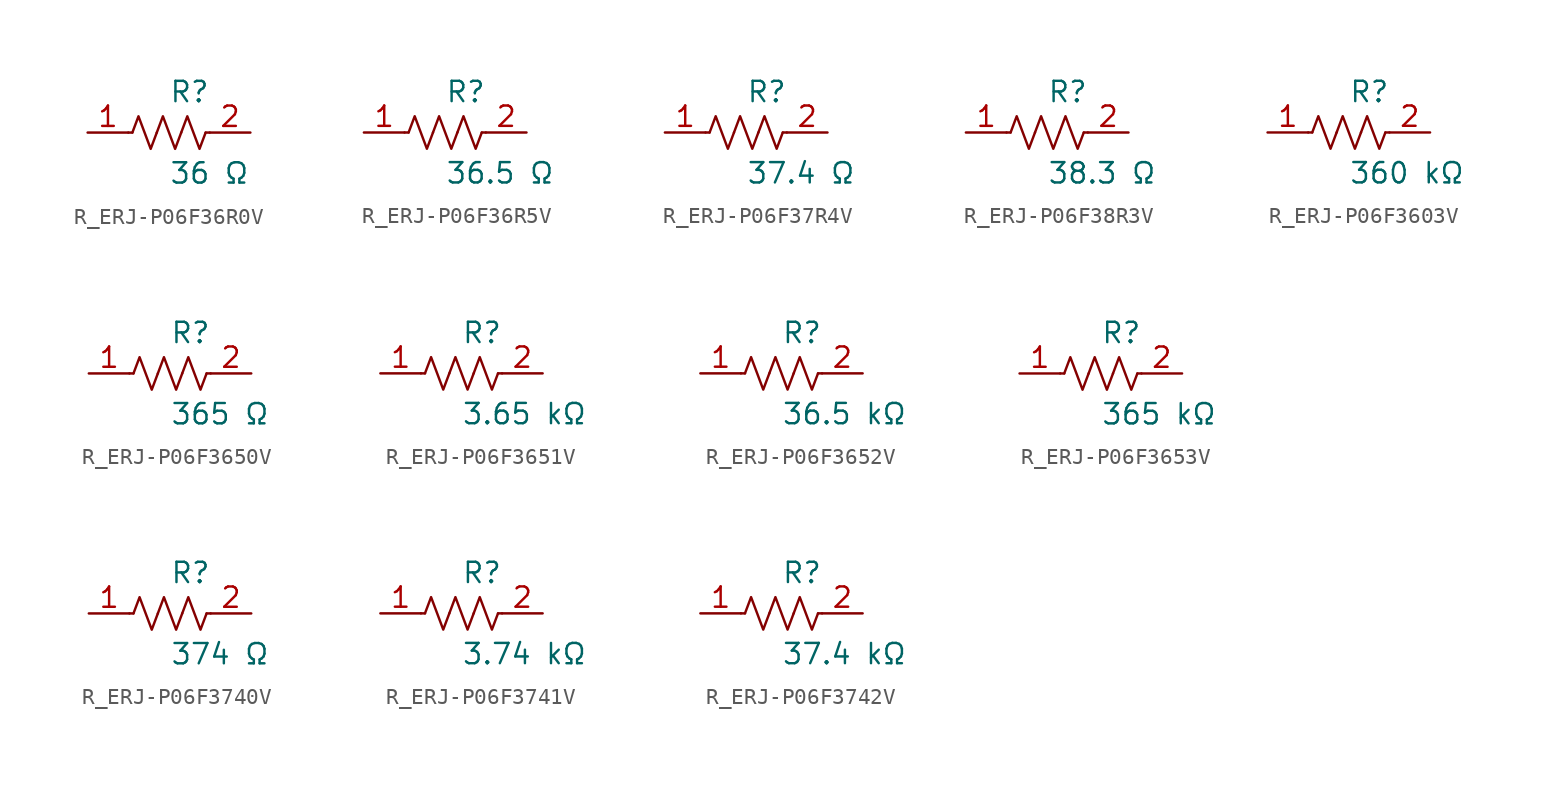
<source format=kicad_sym>
(kicad_symbol_lib
  (version 20231120)
  (generator kicad_symbol_editor)
  (generator_version 8.0)
  (symbol "R_ERJ-P06F36R0V"
    (pin_names
      (offset 0.254))
    (property "Reference" "R"
      (at 0.0 2.54 0)
      (effects (font (size 1.27 1.27)) (justify left)))
    (property "Value" "36 Ω"
      (at 0.0 -2.54 0)
      (effects (font (size 1.27 1.27)) (justify left)))
    (symbol "R_ERJ-P06F36R0V_0_1"
      (polyline (pts (xy 2.286 0) (xy 2.54 0)) (stroke (width 0) (type default)) (fill (type none)))
      (polyline (pts (xy -2.286 0) (xy -2.54 0)) (stroke (width 0) (type default)) (fill (type none)))
      (polyline (pts (xy 0.762 0) (xy 1.143 1.016) (xy 1.524 0) (xy 1.905 -1.016) (xy 2.286 0)) (stroke (width 0) (type default)) (fill (type none)))
      (polyline (pts (xy -0.762 0) (xy -0.381 1.016) (xy 0 0) (xy 0.381 -1.016) (xy 0.762 0)) (stroke (width 0) (type default)) (fill (type none)))
      (polyline (pts (xy -2.286 0) (xy -1.905 1.016) (xy -1.524 0) (xy -1.143 -1.016) (xy -0.762 0)) (stroke (width 0) (type default)) (fill (type none))))
    (pin unspecified line
      (at -5.08 0 0)
      (length 2.54)
      (name "" (effects (font (size 1.27 1.27))))
      (number "1" (effects (font (size 1.27 1.27)))))
    (pin unspecified line
      (at 5.08 0 180)
      (length 2.54)
      (name "" (effects (font (size 1.27 1.27))))
      (number "2" (effects (font (size 1.27 1.27))))))
  (symbol "R_ERJ-P06F36R5V"
    (pin_names
      (offset 0.254))
    (property "Reference" "R"
      (at 0.0 2.54 0)
      (effects (font (size 1.27 1.27)) (justify left)))
    (property "Value" "36.5 Ω"
      (at 0.0 -2.54 0)
      (effects (font (size 1.27 1.27)) (justify left)))
    (symbol "R_ERJ-P06F36R5V_0_1"
      (polyline (pts (xy 2.286 0) (xy 2.54 0)) (stroke (width 0) (type default)) (fill (type none)))
      (polyline (pts (xy -2.286 0) (xy -2.54 0)) (stroke (width 0) (type default)) (fill (type none)))
      (polyline (pts (xy 0.762 0) (xy 1.143 1.016) (xy 1.524 0) (xy 1.905 -1.016) (xy 2.286 0)) (stroke (width 0) (type default)) (fill (type none)))
      (polyline (pts (xy -0.762 0) (xy -0.381 1.016) (xy 0 0) (xy 0.381 -1.016) (xy 0.762 0)) (stroke (width 0) (type default)) (fill (type none)))
      (polyline (pts (xy -2.286 0) (xy -1.905 1.016) (xy -1.524 0) (xy -1.143 -1.016) (xy -0.762 0)) (stroke (width 0) (type default)) (fill (type none))))
    (pin unspecified line
      (at -5.08 0 0)
      (length 2.54)
      (name "" (effects (font (size 1.27 1.27))))
      (number "1" (effects (font (size 1.27 1.27)))))
    (pin unspecified line
      (at 5.08 0 180)
      (length 2.54)
      (name "" (effects (font (size 1.27 1.27))))
      (number "2" (effects (font (size 1.27 1.27))))))
  (symbol "R_ERJ-P06F37R4V"
    (pin_names
      (offset 0.254))
    (property "Reference" "R"
      (at 0.0 2.54 0)
      (effects (font (size 1.27 1.27)) (justify left)))
    (property "Value" "37.4 Ω"
      (at 0.0 -2.54 0)
      (effects (font (size 1.27 1.27)) (justify left)))
    (symbol "R_ERJ-P06F37R4V_0_1"
      (polyline (pts (xy 2.286 0) (xy 2.54 0)) (stroke (width 0) (type default)) (fill (type none)))
      (polyline (pts (xy -2.286 0) (xy -2.54 0)) (stroke (width 0) (type default)) (fill (type none)))
      (polyline (pts (xy 0.762 0) (xy 1.143 1.016) (xy 1.524 0) (xy 1.905 -1.016) (xy 2.286 0)) (stroke (width 0) (type default)) (fill (type none)))
      (polyline (pts (xy -0.762 0) (xy -0.381 1.016) (xy 0 0) (xy 0.381 -1.016) (xy 0.762 0)) (stroke (width 0) (type default)) (fill (type none)))
      (polyline (pts (xy -2.286 0) (xy -1.905 1.016) (xy -1.524 0) (xy -1.143 -1.016) (xy -0.762 0)) (stroke (width 0) (type default)) (fill (type none))))
    (pin unspecified line
      (at -5.08 0 0)
      (length 2.54)
      (name "" (effects (font (size 1.27 1.27))))
      (number "1" (effects (font (size 1.27 1.27)))))
    (pin unspecified line
      (at 5.08 0 180)
      (length 2.54)
      (name "" (effects (font (size 1.27 1.27))))
      (number "2" (effects (font (size 1.27 1.27))))))
  (symbol "R_ERJ-P06F38R3V"
    (pin_names
      (offset 0.254))
    (property "Reference" "R"
      (at 0.0 2.54 0)
      (effects (font (size 1.27 1.27)) (justify left)))
    (property "Value" "38.3 Ω"
      (at 0.0 -2.54 0)
      (effects (font (size 1.27 1.27)) (justify left)))
    (symbol "R_ERJ-P06F38R3V_0_1"
      (polyline (pts (xy 2.286 0) (xy 2.54 0)) (stroke (width 0) (type default)) (fill (type none)))
      (polyline (pts (xy -2.286 0) (xy -2.54 0)) (stroke (width 0) (type default)) (fill (type none)))
      (polyline (pts (xy 0.762 0) (xy 1.143 1.016) (xy 1.524 0) (xy 1.905 -1.016) (xy 2.286 0)) (stroke (width 0) (type default)) (fill (type none)))
      (polyline (pts (xy -0.762 0) (xy -0.381 1.016) (xy 0 0) (xy 0.381 -1.016) (xy 0.762 0)) (stroke (width 0) (type default)) (fill (type none)))
      (polyline (pts (xy -2.286 0) (xy -1.905 1.016) (xy -1.524 0) (xy -1.143 -1.016) (xy -0.762 0)) (stroke (width 0) (type default)) (fill (type none))))
    (pin unspecified line
      (at -5.08 0 0)
      (length 2.54)
      (name "" (effects (font (size 1.27 1.27))))
      (number "1" (effects (font (size 1.27 1.27)))))
    (pin unspecified line
      (at 5.08 0 180)
      (length 2.54)
      (name "" (effects (font (size 1.27 1.27))))
      (number "2" (effects (font (size 1.27 1.27))))))
  (symbol "R_ERJ-P06F3603V"
    (pin_names
      (offset 0.254))
    (property "Reference" "R"
      (at 0.0 2.54 0)
      (effects (font (size 1.27 1.27)) (justify left)))
    (property "Value" "360 kΩ"
      (at 0.0 -2.54 0)
      (effects (font (size 1.27 1.27)) (justify left)))
    (symbol "R_ERJ-P06F3603V_0_1"
      (polyline (pts (xy 2.286 0) (xy 2.54 0)) (stroke (width 0) (type default)) (fill (type none)))
      (polyline (pts (xy -2.286 0) (xy -2.54 0)) (stroke (width 0) (type default)) (fill (type none)))
      (polyline (pts (xy 0.762 0) (xy 1.143 1.016) (xy 1.524 0) (xy 1.905 -1.016) (xy 2.286 0)) (stroke (width 0) (type default)) (fill (type none)))
      (polyline (pts (xy -0.762 0) (xy -0.381 1.016) (xy 0 0) (xy 0.381 -1.016) (xy 0.762 0)) (stroke (width 0) (type default)) (fill (type none)))
      (polyline (pts (xy -2.286 0) (xy -1.905 1.016) (xy -1.524 0) (xy -1.143 -1.016) (xy -0.762 0)) (stroke (width 0) (type default)) (fill (type none))))
    (pin unspecified line
      (at -5.08 0 0)
      (length 2.54)
      (name "" (effects (font (size 1.27 1.27))))
      (number "1" (effects (font (size 1.27 1.27)))))
    (pin unspecified line
      (at 5.08 0 180)
      (length 2.54)
      (name "" (effects (font (size 1.27 1.27))))
      (number "2" (effects (font (size 1.27 1.27))))))
  (symbol "R_ERJ-P06F3650V"
    (pin_names
      (offset 0.254))
    (property "Reference" "R"
      (at 0.0 2.54 0)
      (effects (font (size 1.27 1.27)) (justify left)))
    (property "Value" "365 Ω"
      (at 0.0 -2.54 0)
      (effects (font (size 1.27 1.27)) (justify left)))
    (symbol "R_ERJ-P06F3650V_0_1"
      (polyline (pts (xy 2.286 0) (xy 2.54 0)) (stroke (width 0) (type default)) (fill (type none)))
      (polyline (pts (xy -2.286 0) (xy -2.54 0)) (stroke (width 0) (type default)) (fill (type none)))
      (polyline (pts (xy 0.762 0) (xy 1.143 1.016) (xy 1.524 0) (xy 1.905 -1.016) (xy 2.286 0)) (stroke (width 0) (type default)) (fill (type none)))
      (polyline (pts (xy -0.762 0) (xy -0.381 1.016) (xy 0 0) (xy 0.381 -1.016) (xy 0.762 0)) (stroke (width 0) (type default)) (fill (type none)))
      (polyline (pts (xy -2.286 0) (xy -1.905 1.016) (xy -1.524 0) (xy -1.143 -1.016) (xy -0.762 0)) (stroke (width 0) (type default)) (fill (type none))))
    (pin unspecified line
      (at -5.08 0 0)
      (length 2.54)
      (name "" (effects (font (size 1.27 1.27))))
      (number "1" (effects (font (size 1.27 1.27)))))
    (pin unspecified line
      (at 5.08 0 180)
      (length 2.54)
      (name "" (effects (font (size 1.27 1.27))))
      (number "2" (effects (font (size 1.27 1.27))))))
  (symbol "R_ERJ-P06F3651V"
    (pin_names
      (offset 0.254))
    (property "Reference" "R"
      (at 0.0 2.54 0)
      (effects (font (size 1.27 1.27)) (justify left)))
    (property "Value" "3.65 kΩ"
      (at 0.0 -2.54 0)
      (effects (font (size 1.27 1.27)) (justify left)))
    (symbol "R_ERJ-P06F3651V_0_1"
      (polyline (pts (xy 2.286 0) (xy 2.54 0)) (stroke (width 0) (type default)) (fill (type none)))
      (polyline (pts (xy -2.286 0) (xy -2.54 0)) (stroke (width 0) (type default)) (fill (type none)))
      (polyline (pts (xy 0.762 0) (xy 1.143 1.016) (xy 1.524 0) (xy 1.905 -1.016) (xy 2.286 0)) (stroke (width 0) (type default)) (fill (type none)))
      (polyline (pts (xy -0.762 0) (xy -0.381 1.016) (xy 0 0) (xy 0.381 -1.016) (xy 0.762 0)) (stroke (width 0) (type default)) (fill (type none)))
      (polyline (pts (xy -2.286 0) (xy -1.905 1.016) (xy -1.524 0) (xy -1.143 -1.016) (xy -0.762 0)) (stroke (width 0) (type default)) (fill (type none))))
    (pin unspecified line
      (at -5.08 0 0)
      (length 2.54)
      (name "" (effects (font (size 1.27 1.27))))
      (number "1" (effects (font (size 1.27 1.27)))))
    (pin unspecified line
      (at 5.08 0 180)
      (length 2.54)
      (name "" (effects (font (size 1.27 1.27))))
      (number "2" (effects (font (size 1.27 1.27))))))
  (symbol "R_ERJ-P06F3652V"
    (pin_names
      (offset 0.254))
    (property "Reference" "R"
      (at 0.0 2.54 0)
      (effects (font (size 1.27 1.27)) (justify left)))
    (property "Value" "36.5 kΩ"
      (at 0.0 -2.54 0)
      (effects (font (size 1.27 1.27)) (justify left)))
    (symbol "R_ERJ-P06F3652V_0_1"
      (polyline (pts (xy 2.286 0) (xy 2.54 0)) (stroke (width 0) (type default)) (fill (type none)))
      (polyline (pts (xy -2.286 0) (xy -2.54 0)) (stroke (width 0) (type default)) (fill (type none)))
      (polyline (pts (xy 0.762 0) (xy 1.143 1.016) (xy 1.524 0) (xy 1.905 -1.016) (xy 2.286 0)) (stroke (width 0) (type default)) (fill (type none)))
      (polyline (pts (xy -0.762 0) (xy -0.381 1.016) (xy 0 0) (xy 0.381 -1.016) (xy 0.762 0)) (stroke (width 0) (type default)) (fill (type none)))
      (polyline (pts (xy -2.286 0) (xy -1.905 1.016) (xy -1.524 0) (xy -1.143 -1.016) (xy -0.762 0)) (stroke (width 0) (type default)) (fill (type none))))
    (pin unspecified line
      (at -5.08 0 0)
      (length 2.54)
      (name "" (effects (font (size 1.27 1.27))))
      (number "1" (effects (font (size 1.27 1.27)))))
    (pin unspecified line
      (at 5.08 0 180)
      (length 2.54)
      (name "" (effects (font (size 1.27 1.27))))
      (number "2" (effects (font (size 1.27 1.27))))))
  (symbol "R_ERJ-P06F3653V"
    (pin_names
      (offset 0.254))
    (property "Reference" "R"
      (at 0.0 2.54 0)
      (effects (font (size 1.27 1.27)) (justify left)))
    (property "Value" "365 kΩ"
      (at 0.0 -2.54 0)
      (effects (font (size 1.27 1.27)) (justify left)))
    (symbol "R_ERJ-P06F3653V_0_1"
      (polyline (pts (xy 2.286 0) (xy 2.54 0)) (stroke (width 0) (type default)) (fill (type none)))
      (polyline (pts (xy -2.286 0) (xy -2.54 0)) (stroke (width 0) (type default)) (fill (type none)))
      (polyline (pts (xy 0.762 0) (xy 1.143 1.016) (xy 1.524 0) (xy 1.905 -1.016) (xy 2.286 0)) (stroke (width 0) (type default)) (fill (type none)))
      (polyline (pts (xy -0.762 0) (xy -0.381 1.016) (xy 0 0) (xy 0.381 -1.016) (xy 0.762 0)) (stroke (width 0) (type default)) (fill (type none)))
      (polyline (pts (xy -2.286 0) (xy -1.905 1.016) (xy -1.524 0) (xy -1.143 -1.016) (xy -0.762 0)) (stroke (width 0) (type default)) (fill (type none))))
    (pin unspecified line
      (at -5.08 0 0)
      (length 2.54)
      (name "" (effects (font (size 1.27 1.27))))
      (number "1" (effects (font (size 1.27 1.27)))))
    (pin unspecified line
      (at 5.08 0 180)
      (length 2.54)
      (name "" (effects (font (size 1.27 1.27))))
      (number "2" (effects (font (size 1.27 1.27))))))
  (symbol "R_ERJ-P06F3740V"
    (pin_names
      (offset 0.254))
    (property "Reference" "R"
      (at 0.0 2.54 0)
      (effects (font (size 1.27 1.27)) (justify left)))
    (property "Value" "374 Ω"
      (at 0.0 -2.54 0)
      (effects (font (size 1.27 1.27)) (justify left)))
    (symbol "R_ERJ-P06F3740V_0_1"
      (polyline (pts (xy 2.286 0) (xy 2.54 0)) (stroke (width 0) (type default)) (fill (type none)))
      (polyline (pts (xy -2.286 0) (xy -2.54 0)) (stroke (width 0) (type default)) (fill (type none)))
      (polyline (pts (xy 0.762 0) (xy 1.143 1.016) (xy 1.524 0) (xy 1.905 -1.016) (xy 2.286 0)) (stroke (width 0) (type default)) (fill (type none)))
      (polyline (pts (xy -0.762 0) (xy -0.381 1.016) (xy 0 0) (xy 0.381 -1.016) (xy 0.762 0)) (stroke (width 0) (type default)) (fill (type none)))
      (polyline (pts (xy -2.286 0) (xy -1.905 1.016) (xy -1.524 0) (xy -1.143 -1.016) (xy -0.762 0)) (stroke (width 0) (type default)) (fill (type none))))
    (pin unspecified line
      (at -5.08 0 0)
      (length 2.54)
      (name "" (effects (font (size 1.27 1.27))))
      (number "1" (effects (font (size 1.27 1.27)))))
    (pin unspecified line
      (at 5.08 0 180)
      (length 2.54)
      (name "" (effects (font (size 1.27 1.27))))
      (number "2" (effects (font (size 1.27 1.27))))))
  (symbol "R_ERJ-P06F3741V"
    (pin_names
      (offset 0.254))
    (property "Reference" "R"
      (at 0.0 2.54 0)
      (effects (font (size 1.27 1.27)) (justify left)))
    (property "Value" "3.74 kΩ"
      (at 0.0 -2.54 0)
      (effects (font (size 1.27 1.27)) (justify left)))
    (symbol "R_ERJ-P06F3741V_0_1"
      (polyline (pts (xy 2.286 0) (xy 2.54 0)) (stroke (width 0) (type default)) (fill (type none)))
      (polyline (pts (xy -2.286 0) (xy -2.54 0)) (stroke (width 0) (type default)) (fill (type none)))
      (polyline (pts (xy 0.762 0) (xy 1.143 1.016) (xy 1.524 0) (xy 1.905 -1.016) (xy 2.286 0)) (stroke (width 0) (type default)) (fill (type none)))
      (polyline (pts (xy -0.762 0) (xy -0.381 1.016) (xy 0 0) (xy 0.381 -1.016) (xy 0.762 0)) (stroke (width 0) (type default)) (fill (type none)))
      (polyline (pts (xy -2.286 0) (xy -1.905 1.016) (xy -1.524 0) (xy -1.143 -1.016) (xy -0.762 0)) (stroke (width 0) (type default)) (fill (type none))))
    (pin unspecified line
      (at -5.08 0 0)
      (length 2.54)
      (name "" (effects (font (size 1.27 1.27))))
      (number "1" (effects (font (size 1.27 1.27)))))
    (pin unspecified line
      (at 5.08 0 180)
      (length 2.54)
      (name "" (effects (font (size 1.27 1.27))))
      (number "2" (effects (font (size 1.27 1.27))))))
  (symbol "R_ERJ-P06F3742V"
    (pin_names
      (offset 0.254))
    (property "Reference" "R"
      (at 0.0 2.54 0)
      (effects (font (size 1.27 1.27)) (justify left)))
    (property "Value" "37.4 kΩ"
      (at 0.0 -2.54 0)
      (effects (font (size 1.27 1.27)) (justify left)))
    (symbol "R_ERJ-P06F3742V_0_1"
      (polyline (pts (xy 2.286 0) (xy 2.54 0)) (stroke (width 0) (type default)) (fill (type none)))
      (polyline (pts (xy -2.286 0) (xy -2.54 0)) (stroke (width 0) (type default)) (fill (type none)))
      (polyline (pts (xy 0.762 0) (xy 1.143 1.016) (xy 1.524 0) (xy 1.905 -1.016) (xy 2.286 0)) (stroke (width 0) (type default)) (fill (type none)))
      (polyline (pts (xy -0.762 0) (xy -0.381 1.016) (xy 0 0) (xy 0.381 -1.016) (xy 0.762 0)) (stroke (width 0) (type default)) (fill (type none)))
      (polyline (pts (xy -2.286 0) (xy -1.905 1.016) (xy -1.524 0) (xy -1.143 -1.016) (xy -0.762 0)) (stroke (width 0) (type default)) (fill (type none))))
    (pin unspecified line
      (at -5.08 0 0)
      (length 2.54)
      (name "" (effects (font (size 1.27 1.27))))
      (number "1" (effects (font (size 1.27 1.27)))))
    (pin unspecified line
      (at 5.08 0 180)
      (length 2.54)
      (name "" (effects (font (size 1.27 1.27))))
      (number "2" (effects (font (size 1.27 1.27)))))))
</source>
